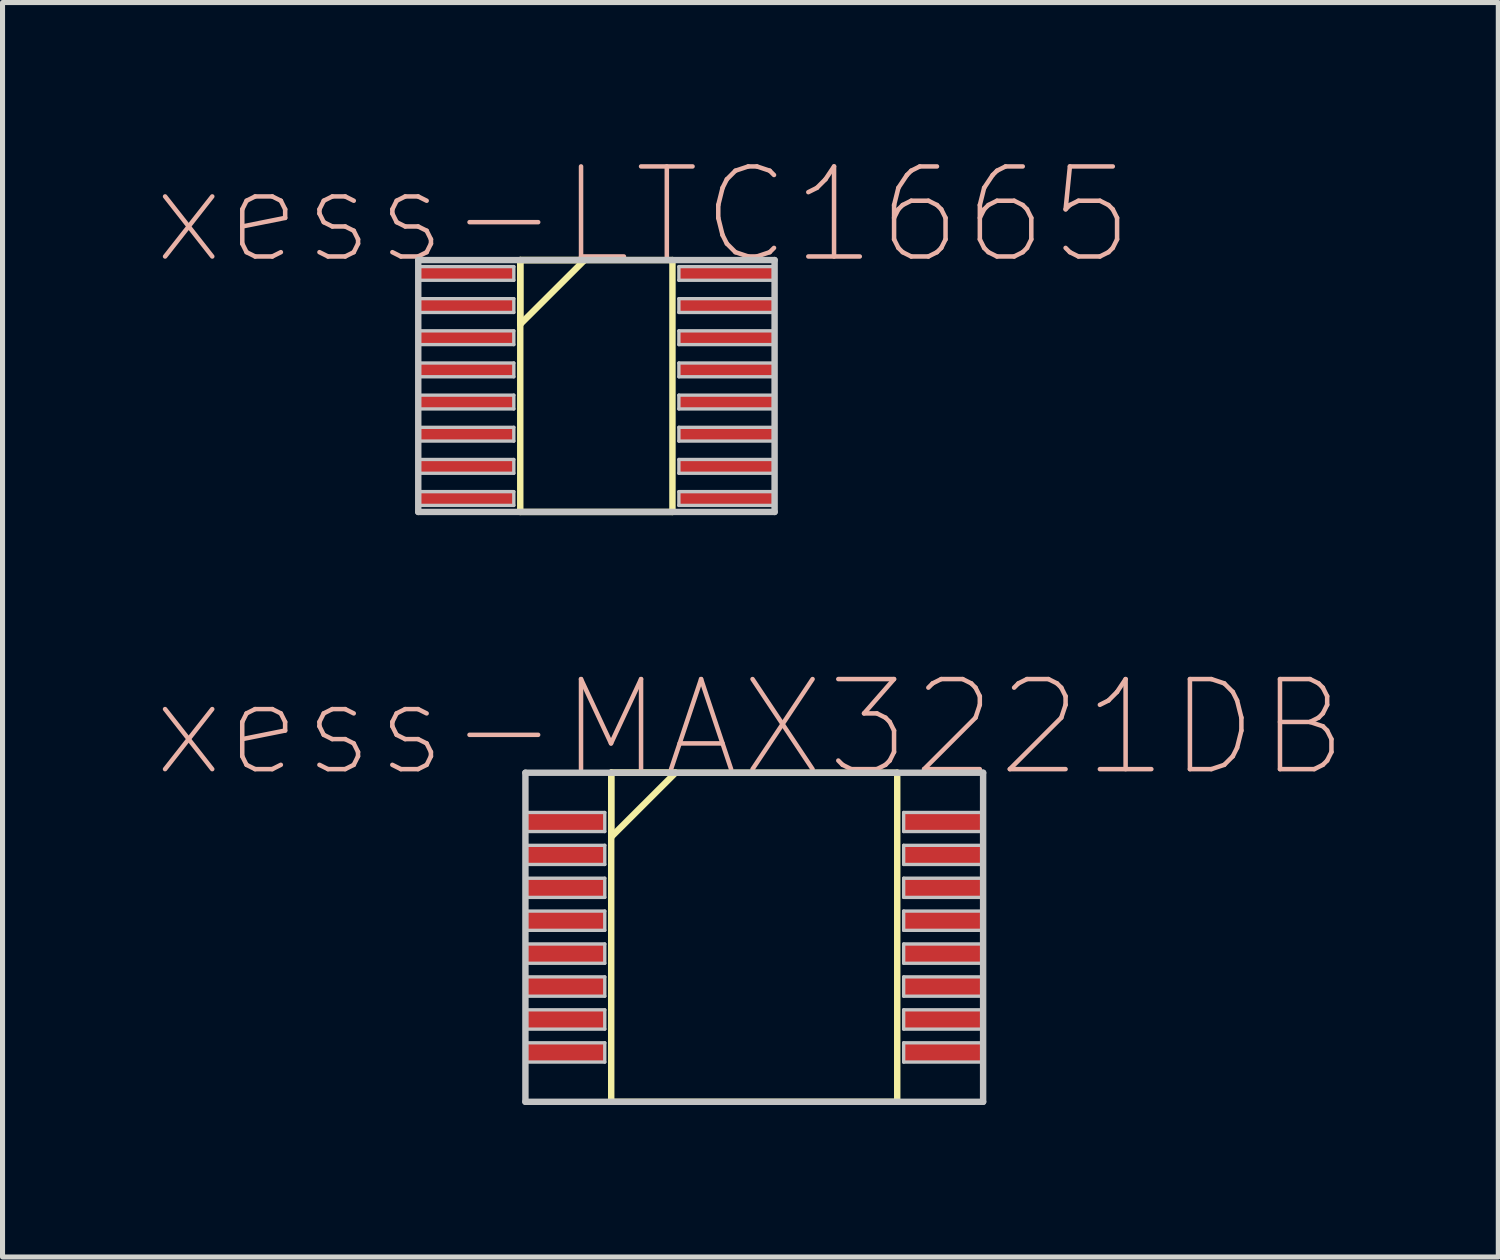
<source format=kicad_pcb>
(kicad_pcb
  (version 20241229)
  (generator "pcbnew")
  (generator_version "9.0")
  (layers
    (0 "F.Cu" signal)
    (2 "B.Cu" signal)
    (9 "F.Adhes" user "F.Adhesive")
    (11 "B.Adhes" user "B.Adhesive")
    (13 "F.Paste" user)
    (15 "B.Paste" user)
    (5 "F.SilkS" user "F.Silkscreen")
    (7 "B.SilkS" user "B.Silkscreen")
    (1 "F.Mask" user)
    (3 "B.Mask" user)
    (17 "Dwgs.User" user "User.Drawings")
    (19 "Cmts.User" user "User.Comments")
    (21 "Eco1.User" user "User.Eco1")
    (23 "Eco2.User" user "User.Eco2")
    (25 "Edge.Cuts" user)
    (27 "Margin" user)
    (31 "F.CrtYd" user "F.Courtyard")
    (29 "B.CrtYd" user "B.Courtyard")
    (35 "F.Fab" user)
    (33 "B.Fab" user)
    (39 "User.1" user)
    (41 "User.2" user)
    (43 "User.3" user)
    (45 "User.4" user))
  (footprint "xess-MAX3221DB"
    (layer "F.Cu")
    (at 8.218 13.18)
    (property "Reference" "xess-MAX3221DB" (at 3.548 -1.862 0) (layer "B.SilkS") (effects (font (size 1.778 1.778) (thickness 0.089))))
    (attr smd)
    (fp_line (start 0.8 -0.973) (end 0.8 0.295) (stroke (width 0.127) (type solid)) (layer "F.SilkS"))
    (fp_line (start 0.8 -0.973) (end 0.8 5.524) (stroke (width 0.127) (type solid)) (layer "F.SilkS"))
    (fp_line (start 0.8 0.295) (end 2.07 -0.973) (stroke (width 0.127) (type solid)) (layer "F.SilkS"))
    (fp_line (start 0.8 5.524) (end 6.447 5.524) (stroke (width 0.127) (type solid)) (layer "F.SilkS"))
    (fp_line (start 2.07 -0.973) (end 0.8 -0.973) (stroke (width 0.127) (type solid)) (layer "F.SilkS"))
    (fp_line (start 6.447 -0.973) (end 0.8 -0.973) (stroke (width 0.127) (type solid)) (layer "F.SilkS"))
    (fp_line (start 6.447 5.524) (end 6.447 -0.973) (stroke (width 0.127) (type solid)) (layer "F.SilkS"))
    (fp_line (start -0.894 -0.973) (end -0.894 5.524) (stroke (width 0.127) (type solid)) (layer "Dwgs.User"))
    (fp_line (start -0.894 -0.188) (end 0.673 -0.188) (stroke (width 0.066) (type solid)) (layer "Dwgs.User"))
    (fp_line (start -0.894 0.188) (end -0.894 -0.188) (stroke (width 0.066) (type solid)) (layer "Dwgs.User"))
    (fp_line (start -0.894 0.188) (end 0.673 0.188) (stroke (width 0.066) (type solid)) (layer "Dwgs.User"))
    (fp_line (start -0.894 0.46) (end 0.673 0.46) (stroke (width 0.066) (type solid)) (layer "Dwgs.User"))
    (fp_line (start -0.894 0.838) (end -0.894 0.46) (stroke (width 0.066) (type solid)) (layer "Dwgs.User"))
    (fp_line (start -0.894 0.838) (end 0.673 0.838) (stroke (width 0.066) (type solid)) (layer "Dwgs.User"))
    (fp_line (start -0.894 1.11) (end 0.673 1.11) (stroke (width 0.066) (type solid)) (layer "Dwgs.User"))
    (fp_line (start -0.894 1.488) (end -0.894 1.11) (stroke (width 0.066) (type solid)) (layer "Dwgs.User"))
    (fp_line (start -0.894 1.488) (end 0.673 1.488) (stroke (width 0.066) (type solid)) (layer "Dwgs.User"))
    (fp_line (start -0.894 1.758) (end 0.673 1.758) (stroke (width 0.066) (type solid)) (layer "Dwgs.User"))
    (fp_line (start -0.894 2.139) (end -0.894 1.758) (stroke (width 0.066) (type solid)) (layer "Dwgs.User"))
    (fp_line (start -0.894 2.139) (end 0.673 2.139) (stroke (width 0.066) (type solid)) (layer "Dwgs.User"))
    (fp_line (start -0.894 2.408) (end 0.673 2.408) (stroke (width 0.066) (type solid)) (layer "Dwgs.User"))
    (fp_line (start -0.894 2.789) (end -0.894 2.408) (stroke (width 0.066) (type solid)) (layer "Dwgs.User"))
    (fp_line (start -0.894 2.789) (end 0.673 2.789) (stroke (width 0.066) (type solid)) (layer "Dwgs.User"))
    (fp_line (start -0.894 3.058) (end 0.673 3.058) (stroke (width 0.066) (type solid)) (layer "Dwgs.User"))
    (fp_line (start -0.894 3.439) (end -0.894 3.058) (stroke (width 0.066) (type solid)) (layer "Dwgs.User"))
    (fp_line (start -0.894 3.439) (end 0.673 3.439) (stroke (width 0.066) (type solid)) (layer "Dwgs.User"))
    (fp_line (start -0.894 3.708) (end 0.673 3.708) (stroke (width 0.066) (type solid)) (layer "Dwgs.User"))
    (fp_line (start -0.894 4.089) (end -0.894 3.708) (stroke (width 0.066) (type solid)) (layer "Dwgs.User"))
    (fp_line (start -0.894 4.089) (end 0.673 4.089) (stroke (width 0.066) (type solid)) (layer "Dwgs.User"))
    (fp_line (start -0.894 4.359) (end 0.673 4.359) (stroke (width 0.066) (type solid)) (layer "Dwgs.User"))
    (fp_line (start -0.894 4.74) (end -0.894 4.359) (stroke (width 0.066) (type solid)) (layer "Dwgs.User"))
    (fp_line (start -0.894 4.74) (end 0.673 4.74) (stroke (width 0.066) (type solid)) (layer "Dwgs.User"))
    (fp_line (start -0.894 5.524) (end 8.143 5.524) (stroke (width 0.127) (type solid)) (layer "Dwgs.User"))
    (fp_line (start 0.673 0.188) (end 0.673 -0.188) (stroke (width 0.066) (type solid)) (layer "Dwgs.User"))
    (fp_line (start 0.673 0.838) (end 0.673 0.46) (stroke (width 0.066) (type solid)) (layer "Dwgs.User"))
    (fp_line (start 0.673 1.488) (end 0.673 1.11) (stroke (width 0.066) (type solid)) (layer "Dwgs.User"))
    (fp_line (start 0.673 2.139) (end 0.673 1.758) (stroke (width 0.066) (type solid)) (layer "Dwgs.User"))
    (fp_line (start 0.673 2.789) (end 0.673 2.408) (stroke (width 0.066) (type solid)) (layer "Dwgs.User"))
    (fp_line (start 0.673 3.439) (end 0.673 3.058) (stroke (width 0.066) (type solid)) (layer "Dwgs.User"))
    (fp_line (start 0.673 4.089) (end 0.673 3.708) (stroke (width 0.066) (type solid)) (layer "Dwgs.User"))
    (fp_line (start 0.673 4.74) (end 0.673 4.359) (stroke (width 0.066) (type solid)) (layer "Dwgs.User"))
    (fp_line (start 6.574 -0.188) (end 8.143 -0.188) (stroke (width 0.066) (type solid)) (layer "Dwgs.User"))
    (fp_line (start 6.574 0.188) (end 6.574 -0.188) (stroke (width 0.066) (type solid)) (layer "Dwgs.User"))
    (fp_line (start 6.574 0.188) (end 8.143 0.188) (stroke (width 0.066) (type solid)) (layer "Dwgs.User"))
    (fp_line (start 6.574 0.46) (end 8.143 0.46) (stroke (width 0.066) (type solid)) (layer "Dwgs.User"))
    (fp_line (start 6.574 0.838) (end 6.574 0.46) (stroke (width 0.066) (type solid)) (layer "Dwgs.User"))
    (fp_line (start 6.574 0.838) (end 8.143 0.838) (stroke (width 0.066) (type solid)) (layer "Dwgs.User"))
    (fp_line (start 6.574 1.11) (end 8.143 1.11) (stroke (width 0.066) (type solid)) (layer "Dwgs.User"))
    (fp_line (start 6.574 1.488) (end 6.574 1.11) (stroke (width 0.066) (type solid)) (layer "Dwgs.User"))
    (fp_line (start 6.574 1.488) (end 8.143 1.488) (stroke (width 0.066) (type solid)) (layer "Dwgs.User"))
    (fp_line (start 6.574 1.758) (end 8.143 1.758) (stroke (width 0.066) (type solid)) (layer "Dwgs.User"))
    (fp_line (start 6.574 2.139) (end 6.574 1.758) (stroke (width 0.066) (type solid)) (layer "Dwgs.User"))
    (fp_line (start 6.574 2.139) (end 8.143 2.139) (stroke (width 0.066) (type solid)) (layer "Dwgs.User"))
    (fp_line (start 6.574 2.408) (end 8.143 2.408) (stroke (width 0.066) (type solid)) (layer "Dwgs.User"))
    (fp_line (start 6.574 2.789) (end 6.574 2.408) (stroke (width 0.066) (type solid)) (layer "Dwgs.User"))
    (fp_line (start 6.574 2.789) (end 8.143 2.789) (stroke (width 0.066) (type solid)) (layer "Dwgs.User"))
    (fp_line (start 6.574 3.058) (end 8.143 3.058) (stroke (width 0.066) (type solid)) (layer "Dwgs.User"))
    (fp_line (start 6.574 3.439) (end 6.574 3.058) (stroke (width 0.066) (type solid)) (layer "Dwgs.User"))
    (fp_line (start 6.574 3.439) (end 8.143 3.439) (stroke (width 0.066) (type solid)) (layer "Dwgs.User"))
    (fp_line (start 6.574 3.708) (end 8.143 3.708) (stroke (width 0.066) (type solid)) (layer "Dwgs.User"))
    (fp_line (start 6.574 4.089) (end 6.574 3.708) (stroke (width 0.066) (type solid)) (layer "Dwgs.User"))
    (fp_line (start 6.574 4.089) (end 8.143 4.089) (stroke (width 0.066) (type solid)) (layer "Dwgs.User"))
    (fp_line (start 6.574 4.359) (end 8.143 4.359) (stroke (width 0.066) (type solid)) (layer "Dwgs.User"))
    (fp_line (start 6.574 4.74) (end 6.574 4.359) (stroke (width 0.066) (type solid)) (layer "Dwgs.User"))
    (fp_line (start 6.574 4.74) (end 8.143 4.74) (stroke (width 0.066) (type solid)) (layer "Dwgs.User"))
    (fp_line (start 8.143 -0.973) (end -0.894 -0.973) (stroke (width 0.127) (type solid)) (layer "Dwgs.User"))
    (fp_line (start 8.143 0.188) (end 8.143 -0.188) (stroke (width 0.066) (type solid)) (layer "Dwgs.User"))
    (fp_line (start 8.143 0.838) (end 8.143 0.46) (stroke (width 0.066) (type solid)) (layer "Dwgs.User"))
    (fp_line (start 8.143 1.488) (end 8.143 1.11) (stroke (width 0.066) (type solid)) (layer "Dwgs.User"))
    (fp_line (start 8.143 2.139) (end 8.143 1.758) (stroke (width 0.066) (type solid)) (layer "Dwgs.User"))
    (fp_line (start 8.143 2.789) (end 8.143 2.408) (stroke (width 0.066) (type solid)) (layer "Dwgs.User"))
    (fp_line (start 8.143 3.439) (end 8.143 3.058) (stroke (width 0.066) (type solid)) (layer "Dwgs.User"))
    (fp_line (start 8.143 4.089) (end 8.143 3.708) (stroke (width 0.066) (type solid)) (layer "Dwgs.User"))
    (fp_line (start 8.143 4.74) (end 8.143 4.359) (stroke (width 0.066) (type solid)) (layer "Dwgs.User"))
    (fp_line (start 8.143 5.524) (end 8.143 -0.973) (stroke (width 0.127) (type solid)) (layer "Dwgs.User"))
    (pad "1" smd rect (at -0.109 0) (size 1.57 0.378) (layers "F.Cu" "F.Mask" "F.Paste"))
    (pad "2" smd rect (at -0.109 0.648) (size 1.57 0.378) (layers "F.Cu" "F.Mask" "F.Paste"))
    (pad "3" smd rect (at -0.109 1.298) (size 1.57 0.378) (layers "F.Cu" "F.Mask" "F.Paste"))
    (pad "4" smd rect (at -0.109 1.948) (size 1.57 0.378) (layers "F.Cu" "F.Mask" "F.Paste"))
    (pad "5" smd rect (at -0.109 2.598) (size 1.57 0.378) (layers "F.Cu" "F.Mask" "F.Paste"))
    (pad "6" smd rect (at -0.109 3.249) (size 1.57 0.378) (layers "F.Cu" "F.Mask" "F.Paste"))
    (pad "7" smd rect (at -0.109 3.899) (size 1.57 0.378) (layers "F.Cu" "F.Mask" "F.Paste"))
    (pad "8" smd rect (at -0.109 4.549) (size 1.57 0.378) (layers "F.Cu" "F.Mask" "F.Paste"))
    (pad "9" smd rect (at 7.358 4.549) (size 1.57 0.378) (layers "F.Cu" "F.Mask" "F.Paste"))
    (pad "10" smd rect (at 7.358 3.899) (size 1.57 0.378) (layers "F.Cu" "F.Mask" "F.Paste"))
    (pad "11" smd rect (at 7.358 3.249) (size 1.57 0.378) (layers "F.Cu" "F.Mask" "F.Paste"))
    (pad "12" smd rect (at 7.358 2.598) (size 1.57 0.378) (layers "F.Cu" "F.Mask" "F.Paste"))
    (pad "13" smd rect (at 7.358 1.948) (size 1.57 0.378) (layers "F.Cu" "F.Mask" "F.Paste"))
    (pad "14" smd rect (at 7.358 1.298) (size 1.57 0.378) (layers "F.Cu" "F.Mask" "F.Paste"))
    (pad "15" smd rect (at 7.358 0.648) (size 1.57 0.378) (layers "F.Cu" "F.Mask" "F.Paste"))
    (pad "16" smd rect (at 7.358 0) (size 1.57 0.378) (layers "F.Cu" "F.Mask" "F.Paste")))
  (footprint "xess-LTC1665"
    (layer "F.Cu")
    (at 6.262 2.349)
    (property "Reference" "xess-LTC1665" (at 3.388 -1.153 0) (layer "B.SilkS") (effects (font (size 1.778 1.778) (thickness 0.089))))
    (attr smd)
    (fp_line (start 0.96 -0.264) (end 0.96 1.003) (stroke (width 0.127) (type solid)) (layer "F.SilkS"))
    (fp_line (start 0.96 -0.264) (end 0.96 4.709) (stroke (width 0.127) (type solid)) (layer "F.SilkS"))
    (fp_line (start 0.96 1.003) (end 2.23 -0.264) (stroke (width 0.127) (type solid)) (layer "F.SilkS"))
    (fp_line (start 0.96 4.709) (end 3.965 4.709) (stroke (width 0.127) (type solid)) (layer "F.SilkS"))
    (fp_line (start 2.23 -0.264) (end 0.96 -0.264) (stroke (width 0.127) (type solid)) (layer "F.SilkS"))
    (fp_line (start 3.965 -0.264) (end 0.96 -0.264) (stroke (width 0.127) (type solid)) (layer "F.SilkS"))
    (fp_line (start 3.965 4.709) (end 3.965 -0.264) (stroke (width 0.127) (type solid)) (layer "F.SilkS"))
    (fp_line (start -1.054 -0.264) (end -1.054 4.709) (stroke (width 0.127) (type solid)) (layer "Dwgs.User"))
    (fp_line (start -1.054 -0.135) (end 0.833 -0.135) (stroke (width 0.066) (type solid)) (layer "Dwgs.User"))
    (fp_line (start -1.054 0.135) (end -1.054 -0.135) (stroke (width 0.066) (type solid)) (layer "Dwgs.User"))
    (fp_line (start -1.054 0.135) (end 0.833 0.135) (stroke (width 0.066) (type solid)) (layer "Dwgs.User"))
    (fp_line (start -1.054 0.498) (end 0.833 0.498) (stroke (width 0.066) (type solid)) (layer "Dwgs.User"))
    (fp_line (start -1.054 0.77) (end -1.054 0.498) (stroke (width 0.066) (type solid)) (layer "Dwgs.User"))
    (fp_line (start -1.054 0.77) (end 0.833 0.77) (stroke (width 0.066) (type solid)) (layer "Dwgs.User"))
    (fp_line (start -1.054 1.133) (end 0.833 1.133) (stroke (width 0.066) (type solid)) (layer "Dwgs.User"))
    (fp_line (start -1.054 1.405) (end -1.054 1.133) (stroke (width 0.066) (type solid)) (layer "Dwgs.User"))
    (fp_line (start -1.054 1.405) (end 0.833 1.405) (stroke (width 0.066) (type solid)) (layer "Dwgs.User"))
    (fp_line (start -1.054 1.768) (end 0.833 1.768) (stroke (width 0.066) (type solid)) (layer "Dwgs.User"))
    (fp_line (start -1.054 2.04) (end -1.054 1.768) (stroke (width 0.066) (type solid)) (layer "Dwgs.User"))
    (fp_line (start -1.054 2.04) (end 0.833 2.04) (stroke (width 0.066) (type solid)) (layer "Dwgs.User"))
    (fp_line (start -1.054 2.403) (end 0.833 2.403) (stroke (width 0.066) (type solid)) (layer "Dwgs.User"))
    (fp_line (start -1.054 2.675) (end -1.054 2.403) (stroke (width 0.066) (type solid)) (layer "Dwgs.User"))
    (fp_line (start -1.054 2.675) (end 0.833 2.675) (stroke (width 0.066) (type solid)) (layer "Dwgs.User"))
    (fp_line (start -1.054 3.038) (end 0.833 3.038) (stroke (width 0.066) (type solid)) (layer "Dwgs.User"))
    (fp_line (start -1.054 3.31) (end -1.054 3.038) (stroke (width 0.066) (type solid)) (layer "Dwgs.User"))
    (fp_line (start -1.054 3.31) (end 0.833 3.31) (stroke (width 0.066) (type solid)) (layer "Dwgs.User"))
    (fp_line (start -1.054 3.673) (end 0.833 3.673) (stroke (width 0.066) (type solid)) (layer "Dwgs.User"))
    (fp_line (start -1.054 3.945) (end -1.054 3.673) (stroke (width 0.066) (type solid)) (layer "Dwgs.User"))
    (fp_line (start -1.054 3.945) (end 0.833 3.945) (stroke (width 0.066) (type solid)) (layer "Dwgs.User"))
    (fp_line (start -1.054 4.308) (end 0.833 4.308) (stroke (width 0.066) (type solid)) (layer "Dwgs.User"))
    (fp_line (start -1.054 4.58) (end -1.054 4.308) (stroke (width 0.066) (type solid)) (layer "Dwgs.User"))
    (fp_line (start -1.054 4.58) (end 0.833 4.58) (stroke (width 0.066) (type solid)) (layer "Dwgs.User"))
    (fp_line (start -1.054 4.709) (end 5.982 4.709) (stroke (width 0.127) (type solid)) (layer "Dwgs.User"))
    (fp_line (start 0.833 0.135) (end 0.833 -0.135) (stroke (width 0.066) (type solid)) (layer "Dwgs.User"))
    (fp_line (start 0.833 0.77) (end 0.833 0.498) (stroke (width 0.066) (type solid)) (layer "Dwgs.User"))
    (fp_line (start 0.833 1.405) (end 0.833 1.133) (stroke (width 0.066) (type solid)) (layer "Dwgs.User"))
    (fp_line (start 0.833 2.04) (end 0.833 1.768) (stroke (width 0.066) (type solid)) (layer "Dwgs.User"))
    (fp_line (start 0.833 2.675) (end 0.833 2.403) (stroke (width 0.066) (type solid)) (layer "Dwgs.User"))
    (fp_line (start 0.833 3.31) (end 0.833 3.038) (stroke (width 0.066) (type solid)) (layer "Dwgs.User"))
    (fp_line (start 0.833 3.945) (end 0.833 3.673) (stroke (width 0.066) (type solid)) (layer "Dwgs.User"))
    (fp_line (start 0.833 4.58) (end 0.833 4.308) (stroke (width 0.066) (type solid)) (layer "Dwgs.User"))
    (fp_line (start 4.092 -0.135) (end 5.982 -0.135) (stroke (width 0.066) (type solid)) (layer "Dwgs.User"))
    (fp_line (start 4.092 0.135) (end 4.092 -0.135) (stroke (width 0.066) (type solid)) (layer "Dwgs.User"))
    (fp_line (start 4.092 0.135) (end 5.982 0.135) (stroke (width 0.066) (type solid)) (layer "Dwgs.User"))
    (fp_line (start 4.092 0.498) (end 5.982 0.498) (stroke (width 0.066) (type solid)) (layer "Dwgs.User"))
    (fp_line (start 4.092 0.77) (end 4.092 0.498) (stroke (width 0.066) (type solid)) (layer "Dwgs.User"))
    (fp_line (start 4.092 0.77) (end 5.982 0.77) (stroke (width 0.066) (type solid)) (layer "Dwgs.User"))
    (fp_line (start 4.092 1.133) (end 5.982 1.133) (stroke (width 0.066) (type solid)) (layer "Dwgs.User"))
    (fp_line (start 4.092 1.405) (end 4.092 1.133) (stroke (width 0.066) (type solid)) (layer "Dwgs.User"))
    (fp_line (start 4.092 1.405) (end 5.982 1.405) (stroke (width 0.066) (type solid)) (layer "Dwgs.User"))
    (fp_line (start 4.092 1.768) (end 5.982 1.768) (stroke (width 0.066) (type solid)) (layer "Dwgs.User"))
    (fp_line (start 4.092 2.04) (end 4.092 1.768) (stroke (width 0.066) (type solid)) (layer "Dwgs.User"))
    (fp_line (start 4.092 2.04) (end 5.982 2.04) (stroke (width 0.066) (type solid)) (layer "Dwgs.User"))
    (fp_line (start 4.092 2.403) (end 5.982 2.403) (stroke (width 0.066) (type solid)) (layer "Dwgs.User"))
    (fp_line (start 4.092 2.675) (end 4.092 2.403) (stroke (width 0.066) (type solid)) (layer "Dwgs.User"))
    (fp_line (start 4.092 2.675) (end 5.982 2.675) (stroke (width 0.066) (type solid)) (layer "Dwgs.User"))
    (fp_line (start 4.092 3.038) (end 5.982 3.038) (stroke (width 0.066) (type solid)) (layer "Dwgs.User"))
    (fp_line (start 4.092 3.31) (end 4.092 3.038) (stroke (width 0.066) (type solid)) (layer "Dwgs.User"))
    (fp_line (start 4.092 3.31) (end 5.982 3.31) (stroke (width 0.066) (type solid)) (layer "Dwgs.User"))
    (fp_line (start 4.092 3.673) (end 5.982 3.673) (stroke (width 0.066) (type solid)) (layer "Dwgs.User"))
    (fp_line (start 4.092 3.945) (end 4.092 3.673) (stroke (width 0.066) (type solid)) (layer "Dwgs.User"))
    (fp_line (start 4.092 3.945) (end 5.982 3.945) (stroke (width 0.066) (type solid)) (layer "Dwgs.User"))
    (fp_line (start 4.092 4.308) (end 5.982 4.308) (stroke (width 0.066) (type solid)) (layer "Dwgs.User"))
    (fp_line (start 4.092 4.58) (end 4.092 4.308) (stroke (width 0.066) (type solid)) (layer "Dwgs.User"))
    (fp_line (start 4.092 4.58) (end 5.982 4.58) (stroke (width 0.066) (type solid)) (layer "Dwgs.User"))
    (fp_line (start 5.982 -0.264) (end -1.054 -0.264) (stroke (width 0.127) (type solid)) (layer "Dwgs.User"))
    (fp_line (start 5.982 0.135) (end 5.982 -0.135) (stroke (width 0.066) (type solid)) (layer "Dwgs.User"))
    (fp_line (start 5.982 0.77) (end 5.982 0.498) (stroke (width 0.066) (type solid)) (layer "Dwgs.User"))
    (fp_line (start 5.982 1.405) (end 5.982 1.133) (stroke (width 0.066) (type solid)) (layer "Dwgs.User"))
    (fp_line (start 5.982 2.04) (end 5.982 1.768) (stroke (width 0.066) (type solid)) (layer "Dwgs.User"))
    (fp_line (start 5.982 2.675) (end 5.982 2.403) (stroke (width 0.066) (type solid)) (layer "Dwgs.User"))
    (fp_line (start 5.982 3.31) (end 5.982 3.038) (stroke (width 0.066) (type solid)) (layer "Dwgs.User"))
    (fp_line (start 5.982 3.945) (end 5.982 3.673) (stroke (width 0.066) (type solid)) (layer "Dwgs.User"))
    (fp_line (start 5.982 4.58) (end 5.982 4.308) (stroke (width 0.066) (type solid)) (layer "Dwgs.User"))
    (fp_line (start 5.982 4.709) (end 5.982 -0.264) (stroke (width 0.127) (type solid)) (layer "Dwgs.User"))
    (pad "1" smd rect (at -0.109 0) (size 1.89 0.269) (layers "F.Cu" "F.Mask" "F.Paste"))
    (pad "2" smd rect (at -0.109 0.635) (size 1.89 0.269) (layers "F.Cu" "F.Mask" "F.Paste"))
    (pad "3" smd rect (at -0.109 1.27) (size 1.89 0.269) (layers "F.Cu" "F.Mask" "F.Paste"))
    (pad "4" smd rect (at -0.109 1.905) (size 1.89 0.269) (layers "F.Cu" "F.Mask" "F.Paste"))
    (pad "5" smd rect (at -0.109 2.54) (size 1.89 0.269) (layers "F.Cu" "F.Mask" "F.Paste"))
    (pad "6" smd rect (at -0.109 3.175) (size 1.89 0.269) (layers "F.Cu" "F.Mask" "F.Paste"))
    (pad "7" smd rect (at -0.109 3.81) (size 1.89 0.269) (layers "F.Cu" "F.Mask" "F.Paste"))
    (pad "8" smd rect (at -0.109 4.445) (size 1.89 0.269) (layers "F.Cu" "F.Mask" "F.Paste"))
    (pad "9" smd rect (at 5.037 4.445) (size 1.89 0.269) (layers "F.Cu" "F.Mask" "F.Paste"))
    (pad "10" smd rect (at 5.037 3.81) (size 1.89 0.269) (layers "F.Cu" "F.Mask" "F.Paste"))
    (pad "11" smd rect (at 5.037 3.175) (size 1.89 0.269) (layers "F.Cu" "F.Mask" "F.Paste"))
    (pad "12" smd rect (at 5.037 2.54) (size 1.89 0.269) (layers "F.Cu" "F.Mask" "F.Paste"))
    (pad "13" smd rect (at 5.037 1.905) (size 1.89 0.269) (layers "F.Cu" "F.Mask" "F.Paste"))
    (pad "14" smd rect (at 5.037 1.27) (size 1.89 0.269) (layers "F.Cu" "F.Mask" "F.Paste"))
    (pad "15" smd rect (at 5.037 0.635) (size 1.89 0.269) (layers "F.Cu" "F.Mask" "F.Paste"))
    (pad "16" smd rect (at 5.037 0) (size 1.89 0.269) (layers "F.Cu" "F.Mask" "F.Paste")))
  (gr_rect
    (start -3 -3)
    (end 26.533 21.768)
    (stroke (width 0.1) (type default))
    (fill no)
    (layer "Edge.Cuts")))
</source>
